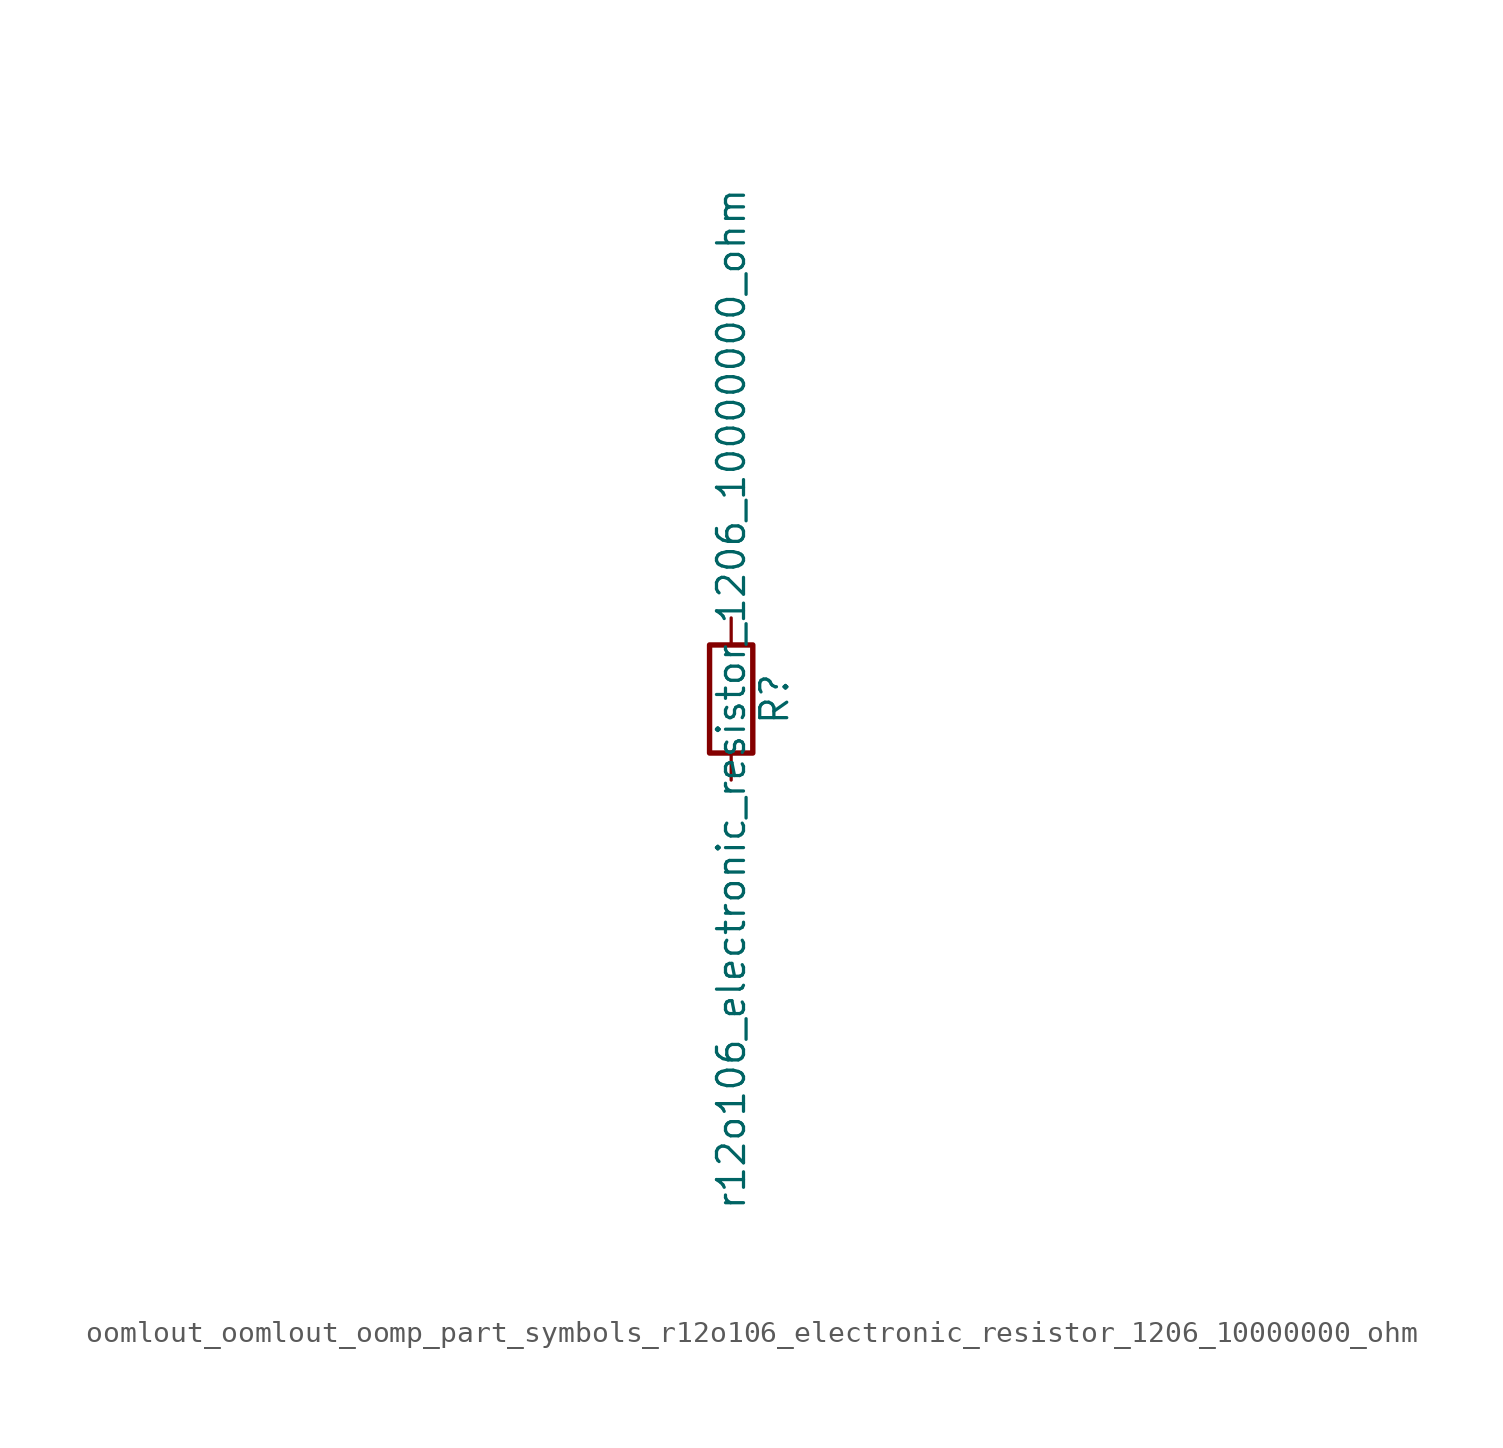
<source format=kicad_sym>
(kicad_symbol_lib
  (version 20220914)
  (generator kicad_symbol_editor)
  (symbol "oomlout_oomlout_oomp_part_symbols_r12o106_electronic_resistor_1206_10000000_ohm"
    (pin_numbers hide)
    (pin_names
      (offset 0))
    (property "Reference" "R"
      (at 2.032 0 90)
      (effects (font (size 1.27 1.27))))
    (property "Value" "r12o106_electronic_resistor_1206_10000000_ohm"
      (at 0 0 90)
      (effects (font (size 1.27 1.27))))
    (symbol "oomlout_oomlout_oomp_part_symbols_r12o106_electronic_resistor_1206_10000000_ohm_0_1"
      (rectangle (start -1.016 -2.54) (end 1.016 2.54) (stroke (width 0.254) (type default)) (fill (type none))))
    (symbol "oomlout_oomlout_oomp_part_symbols_r12o106_electronic_resistor_1206_10000000_ohm_1_1"
      (pin passive line (at 0 3.81 270) (length 1.27) (name "~" (effects (font (size 1.27 1.27)))) (number "1" (effects (font (size 1.27 1.27)))))
      (pin passive line (at 0 -3.81 90) (length 1.27) (name "~" (effects (font (size 1.27 1.27)))) (number "2" (effects (font (size 1.27 1.27))))))))
</source>
